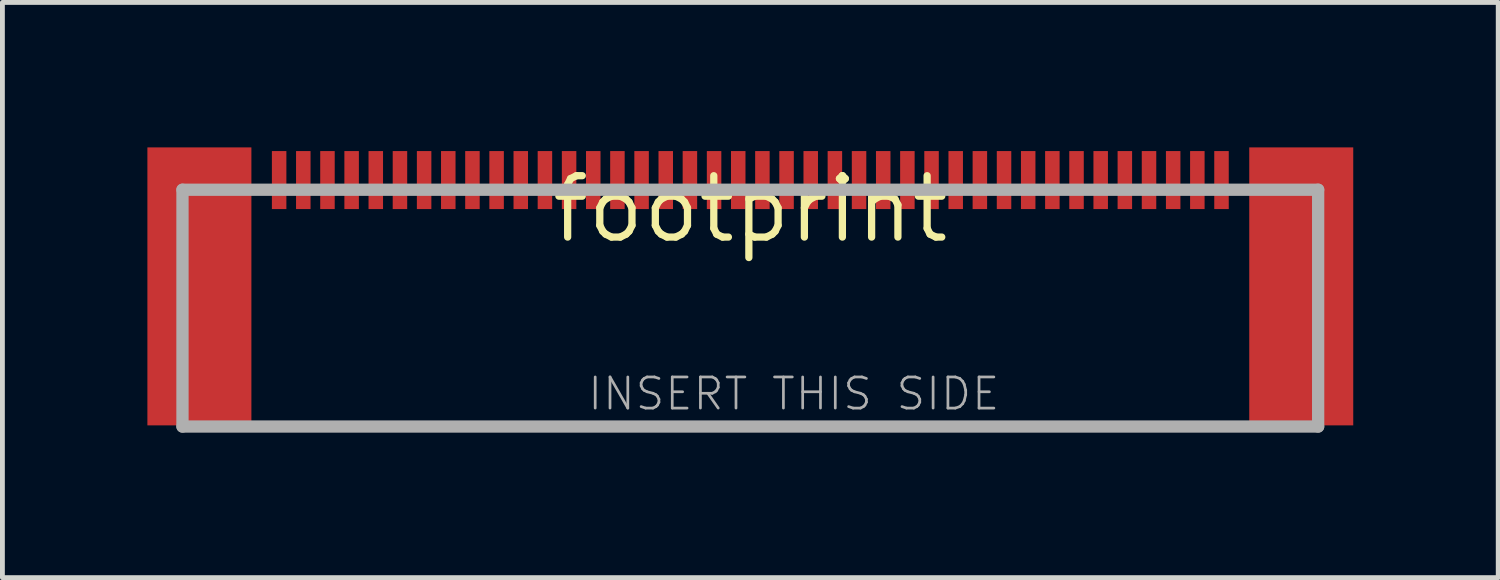
<source format=kicad_pcb>
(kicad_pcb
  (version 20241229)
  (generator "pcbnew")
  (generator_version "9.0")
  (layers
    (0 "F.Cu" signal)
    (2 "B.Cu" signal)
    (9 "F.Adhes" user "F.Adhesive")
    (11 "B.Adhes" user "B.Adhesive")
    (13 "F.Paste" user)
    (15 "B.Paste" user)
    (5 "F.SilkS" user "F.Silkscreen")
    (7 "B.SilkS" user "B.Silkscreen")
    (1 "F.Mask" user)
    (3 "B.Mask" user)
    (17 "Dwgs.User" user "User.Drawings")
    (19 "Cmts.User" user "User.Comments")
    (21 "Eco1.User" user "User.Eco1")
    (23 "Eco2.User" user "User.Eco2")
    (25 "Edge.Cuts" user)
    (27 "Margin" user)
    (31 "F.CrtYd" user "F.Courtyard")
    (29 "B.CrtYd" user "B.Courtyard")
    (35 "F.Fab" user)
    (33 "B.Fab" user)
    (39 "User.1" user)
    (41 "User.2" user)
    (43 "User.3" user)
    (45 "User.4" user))
  (footprint "footprint"
    (layer "F.Cu")
    (at 12.476 1.276)
    (property "Reference" "footprint" (at 0 0 0) (layer "F.SilkS") (effects (font (size 1.27 1.27) (thickness 0.15))))
    (fp_poly (pts (xy -10.324 4.476) (xy -12.476 4.476) (xy -12.476 -1.276) (xy -10.324 -1.276)) (stroke (width 0) (type solid)) (fill yes) (layer "F.Cu"))
    (fp_poly (pts (xy 12.476 4.476) (xy 10.324 4.476) (xy 10.324 -1.276) (xy 12.476 -1.276)) (stroke (width 0) (type solid)) (fill yes) (layer "F.Cu"))
    (fp_poly (pts (xy -12.395 3.658) (xy -10.389 3.658) (xy -10.389 1.448) (xy -12.395 1.448)) (stroke (width 0) (type solid)) (fill yes) (layer "F.Mask"))
    (fp_poly (pts (xy 10.389 3.658) (xy 12.395 3.658) (xy 12.395 1.448) (xy 10.389 1.448)) (stroke (width 0) (type solid)) (fill yes) (layer "F.Mask"))
    (fp_poly (pts (xy -12.294 3.556) (xy -10.49 3.556) (xy -10.49 1.549) (xy -12.294 1.549)) (stroke (width 0) (type solid)) (fill yes) (layer "F.Paste"))
    (fp_poly (pts (xy 10.49 3.556) (xy 12.294 3.556) (xy 12.294 1.549) (xy 10.49 1.549)) (stroke (width 0) (type solid)) (fill yes) (layer "F.Paste"))
    (fp_line (start -11.75 -0.4) (end 11.75 -0.4) (stroke (width 0.254) (type solid)) (layer "F.Fab"))
    (fp_line (start -11.75 4.5) (end -11.75 -0.4) (stroke (width 0.254) (type solid)) (layer "F.Fab"))
    (fp_line (start 11.75 -0.4) (end 11.75 4.5) (stroke (width 0.254) (type solid)) (layer "F.Fab"))
    (fp_line (start 11.75 4.5) (end -11.75 4.5) (stroke (width 0.254) (type solid)) (layer "F.Fab"))
    (fp_text user "INSERT THIS SIDE" (at -3.4 4.2 0) (layer "F.Fab") (effects (font (size 0.644 0.644) (thickness 0.056)) (justify left bottom)))
    (pad "P$1" smd rect (at -9.75 -0.6) (size 0.3 1.2) (layers "F.Cu" "F.Mask" "F.Paste"))
    (pad "P$2" smd rect (at -9.25 -0.6) (size 0.3 1.2) (layers "F.Cu" "F.Mask" "F.Paste"))
    (pad "P$3" smd rect (at -8.75 -0.6) (size 0.3 1.2) (layers "F.Cu" "F.Mask" "F.Paste"))
    (pad "P$4" smd rect (at -8.25 -0.6) (size 0.3 1.2) (layers "F.Cu" "F.Mask" "F.Paste"))
    (pad "P$5" smd rect (at -7.75 -0.6) (size 0.3 1.2) (layers "F.Cu" "F.Mask" "F.Paste"))
    (pad "P$6" smd rect (at -7.25 -0.6) (size 0.3 1.2) (layers "F.Cu" "F.Mask" "F.Paste"))
    (pad "P$7" smd rect (at -6.75 -0.6) (size 0.3 1.2) (layers "F.Cu" "F.Mask" "F.Paste"))
    (pad "P$8" smd rect (at -6.25 -0.6) (size 0.3 1.2) (layers "F.Cu" "F.Mask" "F.Paste"))
    (pad "P$9" smd rect (at -5.75 -0.6) (size 0.3 1.2) (layers "F.Cu" "F.Mask" "F.Paste"))
    (pad "P$10" smd rect (at -5.25 -0.6) (size 0.3 1.2) (layers "F.Cu" "F.Mask" "F.Paste"))
    (pad "P$11" smd rect (at -4.75 -0.6) (size 0.3 1.2) (layers "F.Cu" "F.Mask" "F.Paste"))
    (pad "P$12" smd rect (at -4.25 -0.6) (size 0.3 1.2) (layers "F.Cu" "F.Mask" "F.Paste"))
    (pad "P$13" smd rect (at -3.75 -0.6) (size 0.3 1.2) (layers "F.Cu" "F.Mask" "F.Paste"))
    (pad "P$14" smd rect (at -3.25 -0.6) (size 0.3 1.2) (layers "F.Cu" "F.Mask" "F.Paste"))
    (pad "P$15" smd rect (at -2.75 -0.6) (size 0.3 1.2) (layers "F.Cu" "F.Mask" "F.Paste"))
    (pad "P$16" smd rect (at -2.25 -0.6) (size 0.3 1.2) (layers "F.Cu" "F.Mask" "F.Paste"))
    (pad "P$17" smd rect (at -1.75 -0.6) (size 0.3 1.2) (layers "F.Cu" "F.Mask" "F.Paste"))
    (pad "P$18" smd rect (at -1.25 -0.6) (size 0.3 1.2) (layers "F.Cu" "F.Mask" "F.Paste"))
    (pad "P$19" smd rect (at -0.75 -0.6) (size 0.3 1.2) (layers "F.Cu" "F.Mask" "F.Paste"))
    (pad "P$20" smd rect (at -0.25 -0.6) (size 0.3 1.2) (layers "F.Cu" "F.Mask" "F.Paste"))
    (pad "P$21" smd rect (at 0.25 -0.6) (size 0.3 1.2) (layers "F.Cu" "F.Mask" "F.Paste"))
    (pad "P$22" smd rect (at 0.75 -0.6) (size 0.3 1.2) (layers "F.Cu" "F.Mask" "F.Paste"))
    (pad "P$23" smd rect (at 1.25 -0.6) (size 0.3 1.2) (layers "F.Cu" "F.Mask" "F.Paste"))
    (pad "P$24" smd rect (at 1.75 -0.6) (size 0.3 1.2) (layers "F.Cu" "F.Mask" "F.Paste"))
    (pad "P$25" smd rect (at 2.25 -0.6) (size 0.3 1.2) (layers "F.Cu" "F.Mask" "F.Paste"))
    (pad "P$26" smd rect (at 2.75 -0.6) (size 0.3 1.2) (layers "F.Cu" "F.Mask" "F.Paste"))
    (pad "P$27" smd rect (at 3.25 -0.6) (size 0.3 1.2) (layers "F.Cu" "F.Mask" "F.Paste"))
    (pad "P$28" smd rect (at 3.75 -0.6) (size 0.3 1.2) (layers "F.Cu" "F.Mask" "F.Paste"))
    (pad "P$29" smd rect (at 4.25 -0.6) (size 0.3 1.2) (layers "F.Cu" "F.Mask" "F.Paste"))
    (pad "P$30" smd rect (at 4.75 -0.6) (size 0.3 1.2) (layers "F.Cu" "F.Mask" "F.Paste"))
    (pad "P$31" smd rect (at 5.25 -0.6) (size 0.3 1.2) (layers "F.Cu" "F.Mask" "F.Paste"))
    (pad "P$32" smd rect (at 5.75 -0.6) (size 0.3 1.2) (layers "F.Cu" "F.Mask" "F.Paste"))
    (pad "P$33" smd rect (at 6.25 -0.6) (size 0.3 1.2) (layers "F.Cu" "F.Mask" "F.Paste"))
    (pad "P$34" smd rect (at 6.75 -0.6) (size 0.3 1.2) (layers "F.Cu" "F.Mask" "F.Paste"))
    (pad "P$35" smd rect (at 7.25 -0.6) (size 0.3 1.2) (layers "F.Cu" "F.Mask" "F.Paste"))
    (pad "P$36" smd rect (at 7.75 -0.6) (size 0.3 1.2) (layers "F.Cu" "F.Mask" "F.Paste"))
    (pad "P$37" smd rect (at 8.25 -0.6) (size 0.3 1.2) (layers "F.Cu" "F.Mask" "F.Paste"))
    (pad "P$38" smd rect (at 8.75 -0.6) (size 0.3 1.2) (layers "F.Cu" "F.Mask" "F.Paste"))
    (pad "P$39" smd rect (at 9.25 -0.6) (size 0.3 1.2) (layers "F.Cu" "F.Mask" "F.Paste"))
    (pad "P$40" smd rect (at 9.75 -0.6) (size 0.3 1.2) (layers "F.Cu" "F.Mask" "F.Paste"))
    (zone (net_name "") (layer "F.Cu") (hatch edge 0.508) (connect_pads) (min_thickness 0.254) (filled_areas_thickness no) (keepout (tracks not_allowed) (vias not_allowed) (pads not_allowed) (copperpour not_allowed) (footprints allowed)) (placement (enabled no)) (fill) (polygon (pts (xy 2.876 1.276) (xy 3.076 1.276) (xy 3.076 0.076) (xy 2.876 0.076))))
    (zone (net_name "") (layer "F.Cu") (hatch edge 0.508) (connect_pads) (min_thickness 0.254) (filled_areas_thickness no) (keepout (tracks not_allowed) (vias not_allowed) (pads not_allowed) (copperpour not_allowed) (footprints allowed)) (placement (enabled no)) (fill) (polygon (pts (xy 3.376 1.276) (xy 3.576 1.276) (xy 3.576 0.076) (xy 3.376 0.076))))
    (zone (net_name "") (layer "F.Cu") (hatch edge 0.508) (connect_pads) (min_thickness 0.254) (filled_areas_thickness no) (keepout (tracks not_allowed) (vias not_allowed) (pads not_allowed) (copperpour not_allowed) (footprints allowed)) (placement (enabled no)) (fill) (polygon (pts (xy 3.876 1.276) (xy 4.076 1.276) (xy 4.076 0.076) (xy 3.876 0.076))))
    (zone (net_name "") (layer "F.Cu") (hatch edge 0.508) (connect_pads) (min_thickness 0.254) (filled_areas_thickness no) (keepout (tracks not_allowed) (vias not_allowed) (pads not_allowed) (copperpour not_allowed) (footprints allowed)) (placement (enabled no)) (fill) (polygon (pts (xy 4.376 1.276) (xy 4.576 1.276) (xy 4.576 0.076) (xy 4.376 0.076))))
    (zone (net_name "") (layer "F.Cu") (hatch edge 0.508) (connect_pads) (min_thickness 0.254) (filled_areas_thickness no) (keepout (tracks not_allowed) (vias not_allowed) (pads not_allowed) (copperpour not_allowed) (footprints allowed)) (placement (enabled no)) (fill) (polygon (pts (xy 4.876 1.276) (xy 5.076 1.276) (xy 5.076 0.076) (xy 4.876 0.076))))
    (zone (net_name "") (layer "F.Cu") (hatch edge 0.508) (connect_pads) (min_thickness 0.254) (filled_areas_thickness no) (keepout (tracks not_allowed) (vias not_allowed) (pads not_allowed) (copperpour not_allowed) (footprints allowed)) (placement (enabled no)) (fill) (polygon (pts (xy 5.376 1.276) (xy 5.576 1.276) (xy 5.576 0.076) (xy 5.376 0.076))))
    (zone (net_name "") (layer "F.Cu") (hatch edge 0.508) (connect_pads) (min_thickness 0.254) (filled_areas_thickness no) (keepout (tracks not_allowed) (vias not_allowed) (pads not_allowed) (copperpour not_allowed) (footprints allowed)) (placement (enabled no)) (fill) (polygon (pts (xy 5.876 1.276) (xy 6.076 1.276) (xy 6.076 0.076) (xy 5.876 0.076))))
    (zone (net_name "") (layer "F.Cu") (hatch edge 0.508) (connect_pads) (min_thickness 0.254) (filled_areas_thickness no) (keepout (tracks not_allowed) (vias not_allowed) (pads not_allowed) (copperpour not_allowed) (footprints allowed)) (placement (enabled no)) (fill) (polygon (pts (xy 6.376 1.276) (xy 6.576 1.276) (xy 6.576 0.076) (xy 6.376 0.076))))
    (zone (net_name "") (layer "F.Cu") (hatch edge 0.508) (connect_pads) (min_thickness 0.254) (filled_areas_thickness no) (keepout (tracks not_allowed) (vias not_allowed) (pads not_allowed) (copperpour not_allowed) (footprints allowed)) (placement (enabled no)) (fill) (polygon (pts (xy 6.876 1.276) (xy 7.076 1.276) (xy 7.076 0.076) (xy 6.876 0.076))))
    (zone (net_name "") (layer "F.Cu") (hatch edge 0.508) (connect_pads) (min_thickness 0.254) (filled_areas_thickness no) (keepout (tracks not_allowed) (vias not_allowed) (pads not_allowed) (copperpour not_allowed) (footprints allowed)) (placement (enabled no)) (fill) (polygon (pts (xy 7.376 1.276) (xy 7.576 1.276) (xy 7.576 0.076) (xy 7.376 0.076))))
    (zone (net_name "") (layer "F.Cu") (hatch edge 0.508) (connect_pads) (min_thickness 0.254) (filled_areas_thickness no) (keepout (tracks not_allowed) (vias not_allowed) (pads not_allowed) (copperpour not_allowed) (footprints allowed)) (placement (enabled no)) (fill) (polygon (pts (xy 7.876 1.276) (xy 8.076 1.276) (xy 8.076 0.076) (xy 7.876 0.076))))
    (zone (net_name "") (layer "F.Cu") (hatch edge 0.508) (connect_pads) (min_thickness 0.254) (filled_areas_thickness no) (keepout (tracks not_allowed) (vias not_allowed) (pads not_allowed) (copperpour not_allowed) (footprints allowed)) (placement (enabled no)) (fill) (polygon (pts (xy 8.376 1.276) (xy 8.576 1.276) (xy 8.576 0.076) (xy 8.376 0.076))))
    (zone (net_name "") (layer "F.Cu") (hatch edge 0.508) (connect_pads) (min_thickness 0.254) (filled_areas_thickness no) (keepout (tracks not_allowed) (vias not_allowed) (pads not_allowed) (copperpour not_allowed) (footprints allowed)) (placement (enabled no)) (fill) (polygon (pts (xy 8.876 1.276) (xy 9.076 1.276) (xy 9.076 0.076) (xy 8.876 0.076))))
    (zone (net_name "") (layer "F.Cu") (hatch edge 0.508) (connect_pads) (min_thickness 0.254) (filled_areas_thickness no) (keepout (tracks not_allowed) (vias not_allowed) (pads not_allowed) (copperpour not_allowed) (footprints allowed)) (placement (enabled no)) (fill) (polygon (pts (xy 9.376 1.276) (xy 9.576 1.276) (xy 9.576 0.076) (xy 9.376 0.076))))
    (zone (net_name "") (layer "F.Cu") (hatch edge 0.508) (connect_pads) (min_thickness 0.254) (filled_areas_thickness no) (keepout (tracks not_allowed) (vias not_allowed) (pads not_allowed) (copperpour not_allowed) (footprints allowed)) (placement (enabled no)) (fill) (polygon (pts (xy 9.876 1.276) (xy 10.076 1.276) (xy 10.076 0.076) (xy 9.876 0.076))))
    (zone (net_name "") (layer "F.Cu") (hatch edge 0.508) (connect_pads) (min_thickness 0.254) (filled_areas_thickness no) (keepout (tracks not_allowed) (vias not_allowed) (pads not_allowed) (copperpour not_allowed) (footprints allowed)) (placement (enabled no)) (fill) (polygon (pts (xy 10.376 1.276) (xy 10.576 1.276) (xy 10.576 0.076) (xy 10.376 0.076))))
    (zone (net_name "") (layer "F.Cu") (hatch edge 0.508) (connect_pads) (min_thickness 0.254) (filled_areas_thickness no) (keepout (tracks not_allowed) (vias not_allowed) (pads not_allowed) (copperpour not_allowed) (footprints allowed)) (placement (enabled no)) (fill) (polygon (pts (xy 10.876 1.276) (xy 11.076 1.276) (xy 11.076 0.076) (xy 10.876 0.076))))
    (zone (net_name "") (layer "F.Cu") (hatch edge 0.508) (connect_pads) (min_thickness 0.254) (filled_areas_thickness no) (keepout (tracks not_allowed) (vias not_allowed) (pads not_allowed) (copperpour not_allowed) (footprints allowed)) (placement (enabled no)) (fill) (polygon (pts (xy 11.376 1.276) (xy 11.576 1.276) (xy 11.576 0.076) (xy 11.376 0.076))))
    (zone (net_name "") (layer "F.Cu") (hatch edge 0.508) (connect_pads) (min_thickness 0.254) (filled_areas_thickness no) (keepout (tracks not_allowed) (vias not_allowed) (pads not_allowed) (copperpour not_allowed) (footprints allowed)) (placement (enabled no)) (fill) (polygon (pts (xy 11.876 1.276) (xy 12.076 1.276) (xy 12.076 0.076) (xy 11.876 0.076))))
    (zone (net_name "") (layer "F.Cu") (hatch edge 0.508) (connect_pads) (min_thickness 0.254) (filled_areas_thickness no) (keepout (tracks not_allowed) (vias not_allowed) (pads not_allowed) (copperpour not_allowed) (footprints allowed)) (placement (enabled no)) (fill) (polygon (pts (xy 12.376 1.276) (xy 12.576 1.276) (xy 12.576 0.076) (xy 12.376 0.076))))
    (zone (net_name "") (layer "F.Cu") (hatch edge 0.508) (connect_pads) (min_thickness 0.254) (filled_areas_thickness no) (keepout (tracks not_allowed) (vias not_allowed) (pads not_allowed) (copperpour not_allowed) (footprints allowed)) (placement (enabled no)) (fill) (polygon (pts (xy 12.876 1.276) (xy 13.076 1.276) (xy 13.076 0.076) (xy 12.876 0.076))))
    (zone (net_name "") (layer "F.Cu") (hatch edge 0.508) (connect_pads) (min_thickness 0.254) (filled_areas_thickness no) (keepout (tracks not_allowed) (vias not_allowed) (pads not_allowed) (copperpour not_allowed) (footprints allowed)) (placement (enabled no)) (fill) (polygon (pts (xy 13.376 1.276) (xy 13.576 1.276) (xy 13.576 0.076) (xy 13.376 0.076))))
    (zone (net_name "") (layer "F.Cu") (hatch edge 0.508) (connect_pads) (min_thickness 0.254) (filled_areas_thickness no) (keepout (tracks not_allowed) (vias not_allowed) (pads not_allowed) (copperpour not_allowed) (footprints allowed)) (placement (enabled no)) (fill) (polygon (pts (xy 13.876 1.276) (xy 14.076 1.276) (xy 14.076 0.076) (xy 13.876 0.076))))
    (zone (net_name "") (layer "F.Cu") (hatch edge 0.508) (connect_pads) (min_thickness 0.254) (filled_areas_thickness no) (keepout (tracks not_allowed) (vias not_allowed) (pads not_allowed) (copperpour not_allowed) (footprints allowed)) (placement (enabled no)) (fill) (polygon (pts (xy 14.376 1.276) (xy 14.576 1.276) (xy 14.576 0.076) (xy 14.376 0.076))))
    (zone (net_name "") (layer "F.Cu") (hatch edge 0.508) (connect_pads) (min_thickness 0.254) (filled_areas_thickness no) (keepout (tracks not_allowed) (vias not_allowed) (pads not_allowed) (copperpour not_allowed) (footprints allowed)) (placement (enabled no)) (fill) (polygon (pts (xy 14.876 1.276) (xy 15.076 1.276) (xy 15.076 0.076) (xy 14.876 0.076))))
    (zone (net_name "") (layer "F.Cu") (hatch edge 0.508) (connect_pads) (min_thickness 0.254) (filled_areas_thickness no) (keepout (tracks not_allowed) (vias not_allowed) (pads not_allowed) (copperpour not_allowed) (footprints allowed)) (placement (enabled no)) (fill) (polygon (pts (xy 15.376 1.276) (xy 15.576 1.276) (xy 15.576 0.076) (xy 15.376 0.076))))
    (zone (net_name "") (layer "F.Cu") (hatch edge 0.508) (connect_pads) (min_thickness 0.254) (filled_areas_thickness no) (keepout (tracks not_allowed) (vias not_allowed) (pads not_allowed) (copperpour not_allowed) (footprints allowed)) (placement (enabled no)) (fill) (polygon (pts (xy 15.876 1.276) (xy 16.076 1.276) (xy 16.076 0.076) (xy 15.876 0.076))))
    (zone (net_name "") (layer "F.Cu") (hatch edge 0.508) (connect_pads) (min_thickness 0.254) (filled_areas_thickness no) (keepout (tracks not_allowed) (vias not_allowed) (pads not_allowed) (copperpour not_allowed) (footprints allowed)) (placement (enabled no)) (fill) (polygon (pts (xy 16.376 1.276) (xy 16.576 1.276) (xy 16.576 0.076) (xy 16.376 0.076))))
    (zone (net_name "") (layer "F.Cu") (hatch edge 0.508) (connect_pads) (min_thickness 0.254) (filled_areas_thickness no) (keepout (tracks not_allowed) (vias not_allowed) (pads not_allowed) (copperpour not_allowed) (footprints allowed)) (placement (enabled no)) (fill) (polygon (pts (xy 16.876 1.276) (xy 17.076 1.276) (xy 17.076 0.076) (xy 16.876 0.076))))
    (zone (net_name "") (layer "F.Cu") (hatch edge 0.508) (connect_pads) (min_thickness 0.254) (filled_areas_thickness no) (keepout (tracks not_allowed) (vias not_allowed) (pads not_allowed) (copperpour not_allowed) (footprints allowed)) (placement (enabled no)) (fill) (polygon (pts (xy 17.376 1.276) (xy 17.576 1.276) (xy 17.576 0.076) (xy 17.376 0.076))))
    (zone (net_name "") (layer "F.Cu") (hatch edge 0.508) (connect_pads) (min_thickness 0.254) (filled_areas_thickness no) (keepout (tracks not_allowed) (vias not_allowed) (pads not_allowed) (copperpour not_allowed) (footprints allowed)) (placement (enabled no)) (fill) (polygon (pts (xy 17.876 1.276) (xy 18.076 1.276) (xy 18.076 0.076) (xy 17.876 0.076))))
    (zone (net_name "") (layer "F.Cu") (hatch edge 0.508) (connect_pads) (min_thickness 0.254) (filled_areas_thickness no) (keepout (tracks not_allowed) (vias not_allowed) (pads not_allowed) (copperpour not_allowed) (footprints allowed)) (placement (enabled no)) (fill) (polygon (pts (xy 18.376 1.276) (xy 18.576 1.276) (xy 18.576 0.076) (xy 18.376 0.076))))
    (zone (net_name "") (layer "F.Cu") (hatch edge 0.508) (connect_pads) (min_thickness 0.254) (filled_areas_thickness no) (keepout (tracks not_allowed) (vias not_allowed) (pads not_allowed) (copperpour not_allowed) (footprints allowed)) (placement (enabled no)) (fill) (polygon (pts (xy 18.876 1.276) (xy 19.076 1.276) (xy 19.076 0.076) (xy 18.876 0.076))))
    (zone (net_name "") (layer "F.Cu") (hatch edge 0.508) (connect_pads) (min_thickness 0.254) (filled_areas_thickness no) (keepout (tracks not_allowed) (vias not_allowed) (pads not_allowed) (copperpour not_allowed) (footprints allowed)) (placement (enabled no)) (fill) (polygon (pts (xy 19.376 1.276) (xy 19.576 1.276) (xy 19.576 0.076) (xy 19.376 0.076))))
    (zone (net_name "") (layer "F.Cu") (hatch edge 0.508) (connect_pads) (min_thickness 0.254) (filled_areas_thickness no) (keepout (tracks not_allowed) (vias not_allowed) (pads not_allowed) (copperpour not_allowed) (footprints allowed)) (placement (enabled no)) (fill) (polygon (pts (xy 19.876 1.276) (xy 20.076 1.276) (xy 20.076 0.076) (xy 19.876 0.076))))
    (zone (net_name "") (layer "F.Cu") (hatch edge 0.508) (connect_pads) (min_thickness 0.254) (filled_areas_thickness no) (keepout (tracks not_allowed) (vias not_allowed) (pads not_allowed) (copperpour not_allowed) (footprints allowed)) (placement (enabled no)) (fill) (polygon (pts (xy 20.376 1.276) (xy 20.576 1.276) (xy 20.576 0.076) (xy 20.376 0.076))))
    (zone (net_name "") (layer "F.Cu") (hatch edge 0.508) (connect_pads) (min_thickness 0.254) (filled_areas_thickness no) (keepout (tracks not_allowed) (vias not_allowed) (pads not_allowed) (copperpour not_allowed) (footprints allowed)) (placement (enabled no)) (fill) (polygon (pts (xy 20.876 1.276) (xy 21.076 1.276) (xy 21.076 0.076) (xy 20.876 0.076))))
    (zone (net_name "") (layer "F.Cu") (hatch edge 0.508) (connect_pads) (min_thickness 0.254) (filled_areas_thickness no) (keepout (tracks not_allowed) (vias not_allowed) (pads not_allowed) (copperpour not_allowed) (footprints allowed)) (placement (enabled no)) (fill) (polygon (pts (xy 21.376 1.276) (xy 21.576 1.276) (xy 21.576 0.076) (xy 21.376 0.076))))
    (zone (net_name "") (layer "F.Cu") (hatch edge 0.508) (connect_pads) (min_thickness 0.254) (filled_areas_thickness no) (keepout (tracks not_allowed) (vias not_allowed) (pads not_allowed) (copperpour not_allowed) (footprints allowed)) (placement (enabled no)) (fill) (polygon (pts (xy 21.876 1.276) (xy 22.076 1.276) (xy 22.076 0.076) (xy 21.876 0.076)))))
  (gr_rect
    (start -3 -3)
    (end 27.952 8.903)
    (stroke (width 0.1) (type default))
    (fill no)
    (layer "Edge.Cuts")))
</source>
